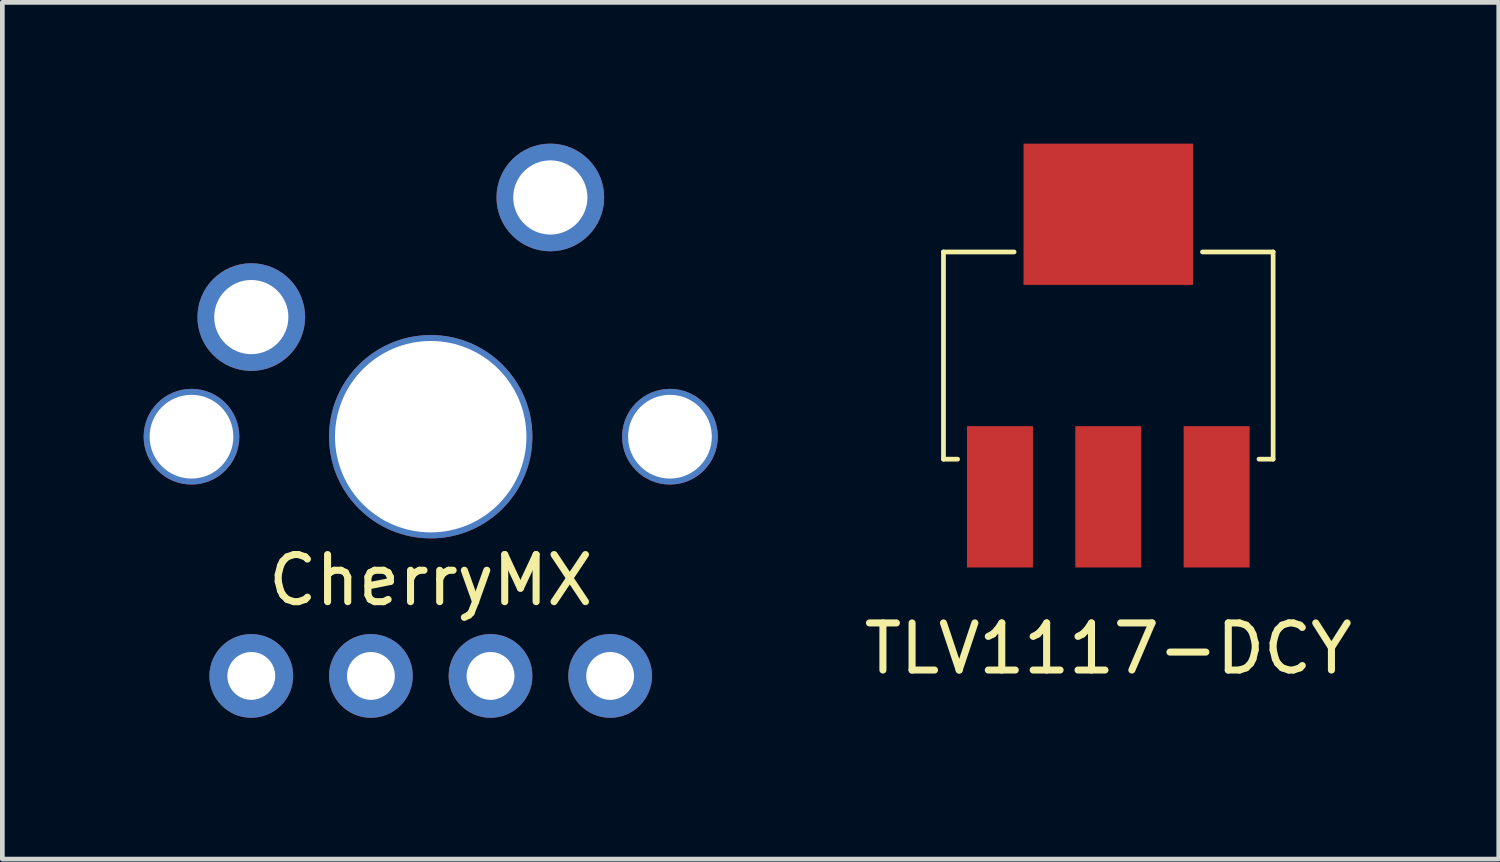
<source format=kicad_pcb>
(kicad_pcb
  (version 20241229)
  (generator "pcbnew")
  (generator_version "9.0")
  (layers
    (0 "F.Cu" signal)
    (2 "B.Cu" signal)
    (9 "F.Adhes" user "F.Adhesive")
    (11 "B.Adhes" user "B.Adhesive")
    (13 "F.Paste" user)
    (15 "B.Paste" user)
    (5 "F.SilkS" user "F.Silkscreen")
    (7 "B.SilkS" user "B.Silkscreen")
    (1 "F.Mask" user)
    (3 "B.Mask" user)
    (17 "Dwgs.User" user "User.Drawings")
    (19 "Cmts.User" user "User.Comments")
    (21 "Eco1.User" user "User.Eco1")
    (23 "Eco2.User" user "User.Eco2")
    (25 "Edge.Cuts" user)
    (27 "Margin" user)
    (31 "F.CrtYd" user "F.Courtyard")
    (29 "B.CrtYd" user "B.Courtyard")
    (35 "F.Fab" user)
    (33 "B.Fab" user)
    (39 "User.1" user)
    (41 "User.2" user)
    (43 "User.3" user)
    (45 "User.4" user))
  (footprint "CherryMX"
    (layer "F.Cu")
    (at 6.096 6.223)
    (property "Reference" "CherryMX" (at 0 3.048 0) (layer "F.SilkS") (effects (font (size 1 1) (thickness 0.15))))
    (attr through_hole)
    (pad "" np_thru_hole circle (at -5.08 0) (size 2.032 2.032) (drill 1.778) (layers "*.Cu" "*.Mask"))
    (pad "" np_thru_hole circle (at 0 0) (size 4.318 4.318) (drill 4.064) (layers "*.Cu" "*.Mask"))
    (pad "" np_thru_hole circle (at 5.08 0) (size 2.032 2.032) (drill 1.778) (layers "*.Cu" "*.Mask"))
    (pad "1" thru_hole circle (at -3.81 -2.54) (size 2.286 2.286) (drill 1.575) (layers "*.Cu" "*.Mask"))
    (pad "2" thru_hole circle (at 2.54 -5.08) (size 2.286 2.286) (drill 1.575) (layers "*.Cu" "*.Mask"))
    (pad "3" thru_hole circle (at -3.81 5.08) (size 1.778 1.778) (drill 1.016) (layers "*.Cu" "*.Mask"))
    (pad "4" thru_hole circle (at -1.27 5.08) (size 1.778 1.778) (drill 1.016) (layers "*.Cu" "*.Mask"))
    (pad "5" thru_hole circle (at 1.27 5.08) (size 1.778 1.778) (drill 1.016) (layers "*.Cu" "*.Mask"))
    (pad "6" thru_hole circle (at 3.81 5.08) (size 1.778 1.778) (drill 1.016) (layers "*.Cu" "*.Mask")))
  (footprint "TLV1117-DCY"
    (layer "F.Cu")
    (at 20.484 4.5)
    (property "Reference" "TLV1117-DCY" (at 0 6.223 0) (layer "F.SilkS") (effects (font (size 1 1) (thickness 0.15))))
    (attr through_hole)
    (fp_line (start -3.5 -2.2) (end -2 -2.2) (stroke (width 0.1) (type solid)) (layer "F.SilkS"))
    (fp_line (start -3.5 2.2) (end -3.5 -2.2) (stroke (width 0.1) (type solid)) (layer "F.SilkS"))
    (fp_line (start -3.2 2.2) (end -3.5 2.2) (stroke (width 0.1) (type solid)) (layer "F.SilkS"))
    (fp_line (start 2 -2.2) (end 3.5 -2.2) (stroke (width 0.1) (type solid)) (layer "F.SilkS"))
    (fp_line (start 3.2 2.2) (end 3.5 2.2) (stroke (width 0.1) (type solid)) (layer "F.SilkS"))
    (fp_line (start 3.5 -2.2) (end 3.5 2.2) (stroke (width 0.1) (type solid)) (layer "F.SilkS"))
    (pad "1" smd rect (at -2.3 3) (size 1.4 3) (layers "F.Cu" "F.Mask" "F.Paste"))
    (pad "2" smd rect (at 0 3) (size 1.4 3) (layers "F.Cu" "F.Mask" "F.Paste"))
    (pad "3" smd rect (at 2.3 3) (size 1.4 3) (layers "F.Cu" "F.Mask" "F.Paste"))
    (pad "4" smd rect (at 0 -3) (size 3.6 3) (layers "F.Cu" "F.Mask" "F.Paste")))
  (gr_rect
    (start -3 -3)
    (end 28.775 15.192)
    (stroke (width 0.1) (type default))
    (fill no)
    (layer "Edge.Cuts")))
</source>
